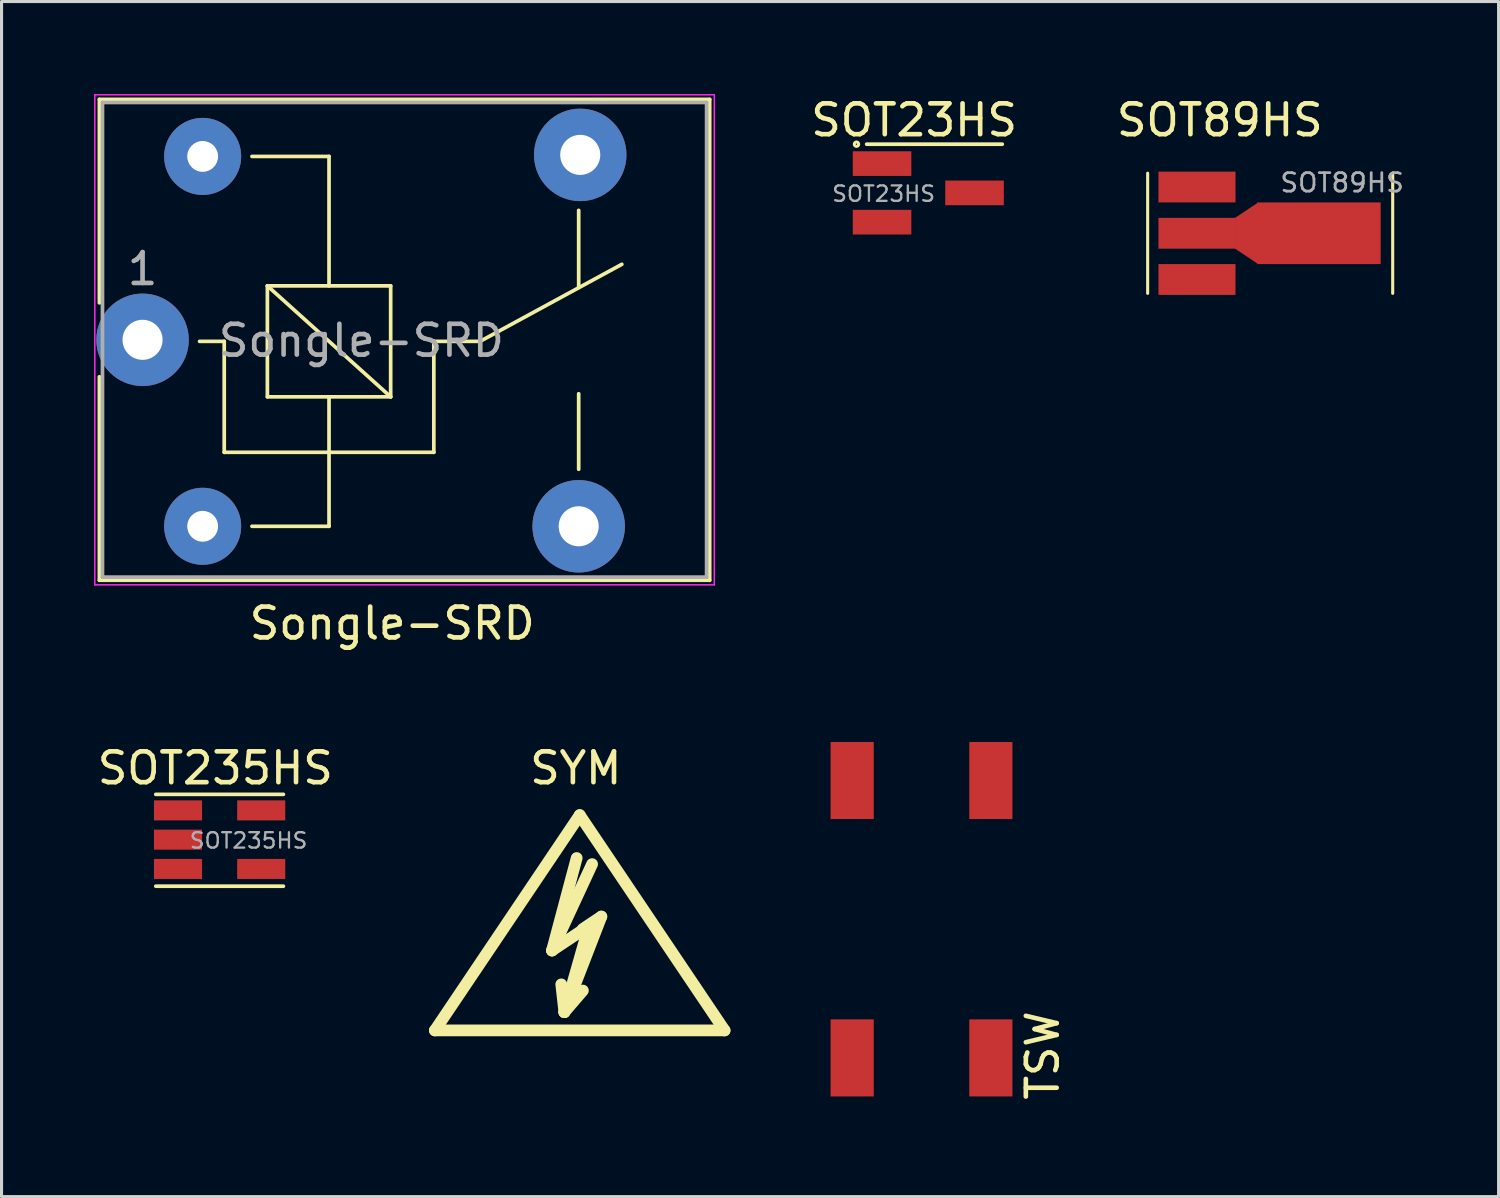
<source format=kicad_pcb>
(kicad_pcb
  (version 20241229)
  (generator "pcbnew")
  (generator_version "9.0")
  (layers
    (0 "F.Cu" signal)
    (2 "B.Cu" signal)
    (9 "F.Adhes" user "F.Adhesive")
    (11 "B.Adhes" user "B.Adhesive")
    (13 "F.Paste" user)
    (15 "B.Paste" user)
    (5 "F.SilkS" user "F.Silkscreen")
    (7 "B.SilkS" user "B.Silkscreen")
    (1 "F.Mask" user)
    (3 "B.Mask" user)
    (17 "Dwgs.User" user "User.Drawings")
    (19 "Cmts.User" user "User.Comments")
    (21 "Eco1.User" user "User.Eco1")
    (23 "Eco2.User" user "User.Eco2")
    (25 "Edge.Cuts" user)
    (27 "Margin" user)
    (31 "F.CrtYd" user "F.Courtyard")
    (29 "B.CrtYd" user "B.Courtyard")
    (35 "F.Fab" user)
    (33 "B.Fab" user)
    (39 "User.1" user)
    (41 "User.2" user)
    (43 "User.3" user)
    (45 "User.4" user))
  (footprint "SOT89HS"
    (layer "F.Cu")
    (at 37.765 4.518)
    (property "Reference" "SOT89HS" (at -1.24 -3.67 180) (layer "F.SilkS") (effects (font (size 1 1) (thickness 0.15))))
    (attr smd)
    (fp_line (start -3.58 -1.95) (end -3.58 1.95) (stroke (width 0.1) (type solid)) (layer "F.SilkS"))
    (fp_line (start 4.37 -1.95) (end 4.37 1.95) (stroke (width 0.1) (type solid)) (layer "F.SilkS"))
    (fp_text user "${REFERENCE}" (at 2.73 -1.64 180) (layer "F.Fab") (effects (font (size 0.6 0.6) (thickness 0.09))))
    (pad "1" smd rect (at -1.98 -1.5 270) (size 1 2.5) (layers "F.Cu" "F.Mask" "F.Paste"))
    (pad "2" smd rect (at -1.98 0 270) (size 1 2.5) (layers "F.Cu" "F.Mask" "F.Paste"))
    (pad "2" smd trapezoid (at -0.37 0 90) (size 1.5 0.75) (rect_delta 0 0.5) (layers "F.Cu" "F.Mask" "F.Paste"))
    (pad "2" smd rect (at 1.98 0 270) (size 2 4) (layers "F.Cu" "F.Mask" "F.Paste"))
    (pad "3" smd rect (at -1.98 1.5 270) (size 1 2.5) (layers "F.Cu" "F.Mask" "F.Paste")))
  (footprint "SOT235HS"
    (layer "F.Cu")
    (at 4.075 24.192)
    (property "Reference" "SOT235HS" (at -0.14 -2.32 0) (layer "F.SilkS") (effects (font (size 1 1) (thickness 0.15))))
    (attr smd)
    (fp_line (start -2.07 -1.47) (end 2.07 -1.47) (stroke (width 0.12) (type solid)) (layer "F.SilkS"))
    (fp_line (start -2.07 1.51) (end 2.07 1.51) (stroke (width 0.12) (type solid)) (layer "F.SilkS"))
    (fp_text user "${REFERENCE}" (at 0.94 0.03 0) (layer "F.Fab") (effects (font (size 0.5 0.5) (thickness 0.075))))
    (pad "1" smd rect (at -1.35 -0.95) (size 1.56 0.65) (layers "F.Cu" "F.Mask" "F.Paste"))
    (pad "2" smd rect (at -1.35 0) (size 1.56 0.65) (layers "F.Cu" "F.Mask" "F.Paste"))
    (pad "3" smd rect (at -1.35 0.95) (size 1.56 0.65) (layers "F.Cu" "F.Mask" "F.Paste"))
    (pad "4" smd rect (at 1.35 0.95) (size 1.56 0.65) (layers "F.Cu" "F.Mask" "F.Paste"))
    (pad "5" smd rect (at 1.35 -0.95) (size 1.56 0.65) (layers "F.Cu" "F.Mask" "F.Paste")))
  (footprint "TSW"
    (layer "F.Cu")
    (at 23.898 32.523)
    (property "Reference" "TSW" (at 6.88 -1.33 90) (layer "F.SilkS") (effects (font (size 1 1) (thickness 0.15))))
    (attr through_hole)
    (pad "1" smd rect (at 0.7 -10.25) (size 1.4 2.5) (layers "F.Cu" "F.Mask" "F.Paste"))
    (pad "2" smd rect (at 0.7 -1.25) (size 1.4 2.5) (layers "F.Cu" "F.Mask" "F.Paste"))
    (pad "3" smd rect (at 5.2 -10.25) (size 1.4 2.5) (layers "F.Cu" "F.Mask" "F.Paste"))
    (pad "4" smd rect (at 5.2 -1.25) (size 1.4 2.5) (layers "F.Cu" "F.Mask" "F.Paste")))
  (footprint "SOT23HS"
    (layer "F.Cu")
    (at 27.068 3.208)
    (property "Reference" "SOT23HS" (at -0.46 -2.36 0) (layer "F.SilkS") (effects (font (size 1 1) (thickness 0.15))))
    (attr smd)
    (fp_line (start -2 -1.58) (end 2.4 -1.58) (stroke (width 0.12) (type solid)) (layer "F.SilkS"))
    (fp_circle (center -2.33 -1.58) (end -2.28 -1.53) (stroke (width 0.1) (type solid)) (fill no) (layer "F.SilkS"))
    (fp_text user "${REFERENCE}" (at -1.45 0.03 0) (layer "F.Fab") (effects (font (size 0.5 0.5) (thickness 0.075))))
    (pad "1" smd rect (at -1.5 -0.95) (size 1.9 0.8) (layers "F.Cu" "F.Mask" "F.Paste"))
    (pad "2" smd rect (at -1.5 0.95) (size 1.9 0.8) (layers "F.Cu" "F.Mask" "F.Paste"))
    (pad "3" smd rect (at 1.5 0) (size 1.9 0.8) (layers "F.Cu" "F.Mask" "F.Paste")))
  (footprint "Songle-SRD"
    (layer "F.Cu")
    (at 1.575 7.975)
    (property "Reference" "Songle-SRD" (at 8.1 9.2 0) (layer "F.SilkS") (effects (font (size 1 1) (thickness 0.15))))
    (attr through_hole)
    (fp_line (start -1.4 -7.8) (end -1.4 -1.2) (stroke (width 0.12) (type solid)) (layer "F.SilkS"))
    (fp_line (start -1.4 -7.8) (end 18.4 -7.8) (stroke (width 0.12) (type solid)) (layer "F.SilkS"))
    (fp_line (start -1.4 1.2) (end -1.4 7.8) (stroke (width 0.12) (type solid)) (layer "F.SilkS"))
    (fp_line (start 2.65 0.05) (end 1.85 0.05) (stroke (width 0.12) (type solid)) (layer "F.SilkS"))
    (fp_line (start 2.65 0.05) (end 2.65 3.65) (stroke (width 0.12) (type solid)) (layer "F.SilkS"))
    (fp_line (start 3.55 6.05) (end 6.05 6.05) (stroke (width 0.12) (type solid)) (layer "F.SilkS"))
    (fp_line (start 4.05 -1.75) (end 8.05 -1.75) (stroke (width 0.12) (type solid)) (layer "F.SilkS"))
    (fp_line (start 4.05 1.85) (end 4.05 -1.75) (stroke (width 0.12) (type solid)) (layer "F.SilkS"))
    (fp_line (start 6.05 -5.95) (end 3.55 -5.95) (stroke (width 0.12) (type solid)) (layer "F.SilkS"))
    (fp_line (start 6.05 -5.95) (end 6.05 -1.75) (stroke (width 0.12) (type solid)) (layer "F.SilkS"))
    (fp_line (start 6.05 1.85) (end 6.05 6.05) (stroke (width 0.12) (type solid)) (layer "F.SilkS"))
    (fp_line (start 8.05 -1.75) (end 8.05 1.85) (stroke (width 0.12) (type solid)) (layer "F.SilkS"))
    (fp_line (start 8.05 1.85) (end 4.05 -1.75) (stroke (width 0.12) (type solid)) (layer "F.SilkS"))
    (fp_line (start 8.05 1.85) (end 4.05 1.85) (stroke (width 0.12) (type solid)) (layer "F.SilkS"))
    (fp_line (start 9.45 0.05) (end 9.45 3.65) (stroke (width 0.12) (type solid)) (layer "F.SilkS"))
    (fp_line (start 9.45 0.05) (end 10.95 0.05) (stroke (width 0.12) (type solid)) (layer "F.SilkS"))
    (fp_line (start 9.45 3.65) (end 2.65 3.65) (stroke (width 0.12) (type solid)) (layer "F.SilkS"))
    (fp_line (start 10.95 0.05) (end 15.55 -2.45) (stroke (width 0.12) (type solid)) (layer "F.SilkS"))
    (fp_line (start 14.15 -4.2) (end 14.15 -1.7) (stroke (width 0.12) (type solid)) (layer "F.SilkS"))
    (fp_line (start 14.15 4.2) (end 14.15 1.75) (stroke (width 0.12) (type solid)) (layer "F.SilkS"))
    (fp_line (start 18.4 -7.8) (end 18.4 7.8) (stroke (width 0.12) (type solid)) (layer "F.SilkS"))
    (fp_line (start 18.4 7.8) (end -1.4 7.8) (stroke (width 0.12) (type solid)) (layer "F.SilkS"))
    (fp_line (start -1.55 7.95) (end -1.55 -7.95) (stroke (width 0.05) (type solid)) (layer "F.CrtYd"))
    (fp_line (start -1.55 7.95) (end 18.55 7.95) (stroke (width 0.05) (type solid)) (layer "F.CrtYd"))
    (fp_line (start 18.55 -7.95) (end -1.55 -7.95) (stroke (width 0.05) (type solid)) (layer "F.CrtYd"))
    (fp_line (start 18.55 -7.95) (end 18.55 7.95) (stroke (width 0.05) (type solid)) (layer "F.CrtYd"))
    (fp_line (start -1.3 -7.7) (end 18.3 -7.7) (stroke (width 0.12) (type solid)) (layer "F.Fab"))
    (fp_line (start -1.3 7.7) (end -1.3 -7.7) (stroke (width 0.12) (type solid)) (layer "F.Fab"))
    (fp_line (start 18.3 -7.7) (end 18.3 7.7) (stroke (width 0.12) (type solid)) (layer "F.Fab"))
    (fp_line (start 18.3 7.7) (end -1.3 7.7) (stroke (width 0.12) (type solid)) (layer "F.Fab"))
    (fp_text user "${REFERENCE}" (at 7.1 0.025 0) (layer "F.Fab") (effects (font (size 1 1) (thickness 0.15))))
    (fp_text user "1" (at 0 -2.3 0) (layer "F.Fab") (effects (font (size 1 1) (thickness 0.15))))
    (pad "1" thru_hole circle (at 0 0 90) (size 3 3) (drill 1.3) (layers "*.Cu" "*.Mask"))
    (pad "2" thru_hole circle (at 1.95 6.05 90) (size 2.5 2.5) (drill 1) (layers "*.Cu" "*.Mask"))
    (pad "3" thru_hole circle (at 14.15 6.05 90) (size 3 3) (drill 1.3) (layers "*.Cu" "*.Mask"))
    (pad "4" thru_hole circle (at 14.2 -6 90) (size 3 3) (drill 1.3) (layers "*.Cu" "*.Mask"))
    (pad "5" thru_hole circle (at 1.95 -5.95 90) (size 2.5 2.5) (drill 1) (layers "*.Cu" "*.Mask")))
  (footprint "SYM"
    (layer "F.Cu")
    (at 15.759 27.587)
    (property "Reference" "SYM" (at -0.127 -5.715 0) (layer "F.SilkS") (effects (font (size 1 1) (thickness 0.15))))
    (attr through_hole)
    (fp_line (start -4.699 2.794) (end 0 -4.191) (stroke (width 0.381) (type solid)) (layer "F.SilkS"))
    (fp_line (start -0.899 0.201) (end 0.3 -0.599) (stroke (width 0.381) (type solid)) (layer "F.SilkS"))
    (fp_line (start -0.899 0.201) (end 0.401 -2.601) (stroke (width 0.381) (type solid)) (layer "F.SilkS"))
    (fp_line (start -0.498 2.2) (end -0.599 1.3) (stroke (width 0.381) (type solid)) (layer "F.SilkS"))
    (fp_line (start -0.498 2.2) (end 0.102 1.501) (stroke (width 0.381) (type solid)) (layer "F.SilkS"))
    (fp_line (start -0.498 2.2) (end 0.701 -0.899) (stroke (width 0.381) (type solid)) (layer "F.SilkS"))
    (fp_line (start -0.099 -2.799) (end -0.899 0.201) (stroke (width 0.381) (type solid)) (layer "F.SilkS"))
    (fp_line (start 0 -4.191) (end 4.699 2.794) (stroke (width 0.381) (type solid)) (layer "F.SilkS"))
    (fp_line (start 0.3 -0.599) (end -0.498 2.2) (stroke (width 0.381) (type solid)) (layer "F.SilkS"))
    (fp_line (start 0.701 -0.899) (end 0.102 -0.5) (stroke (width 0.381) (type solid)) (layer "F.SilkS"))
    (fp_line (start 4.699 2.794) (end -4.699 2.794) (stroke (width 0.381) (type solid)) (layer "F.SilkS")))
  (gr_rect
    (start -3 -3)
    (end 45.57 35.773)
    (stroke (width 0.1) (type default))
    (fill no)
    (layer "Edge.Cuts")))
</source>
